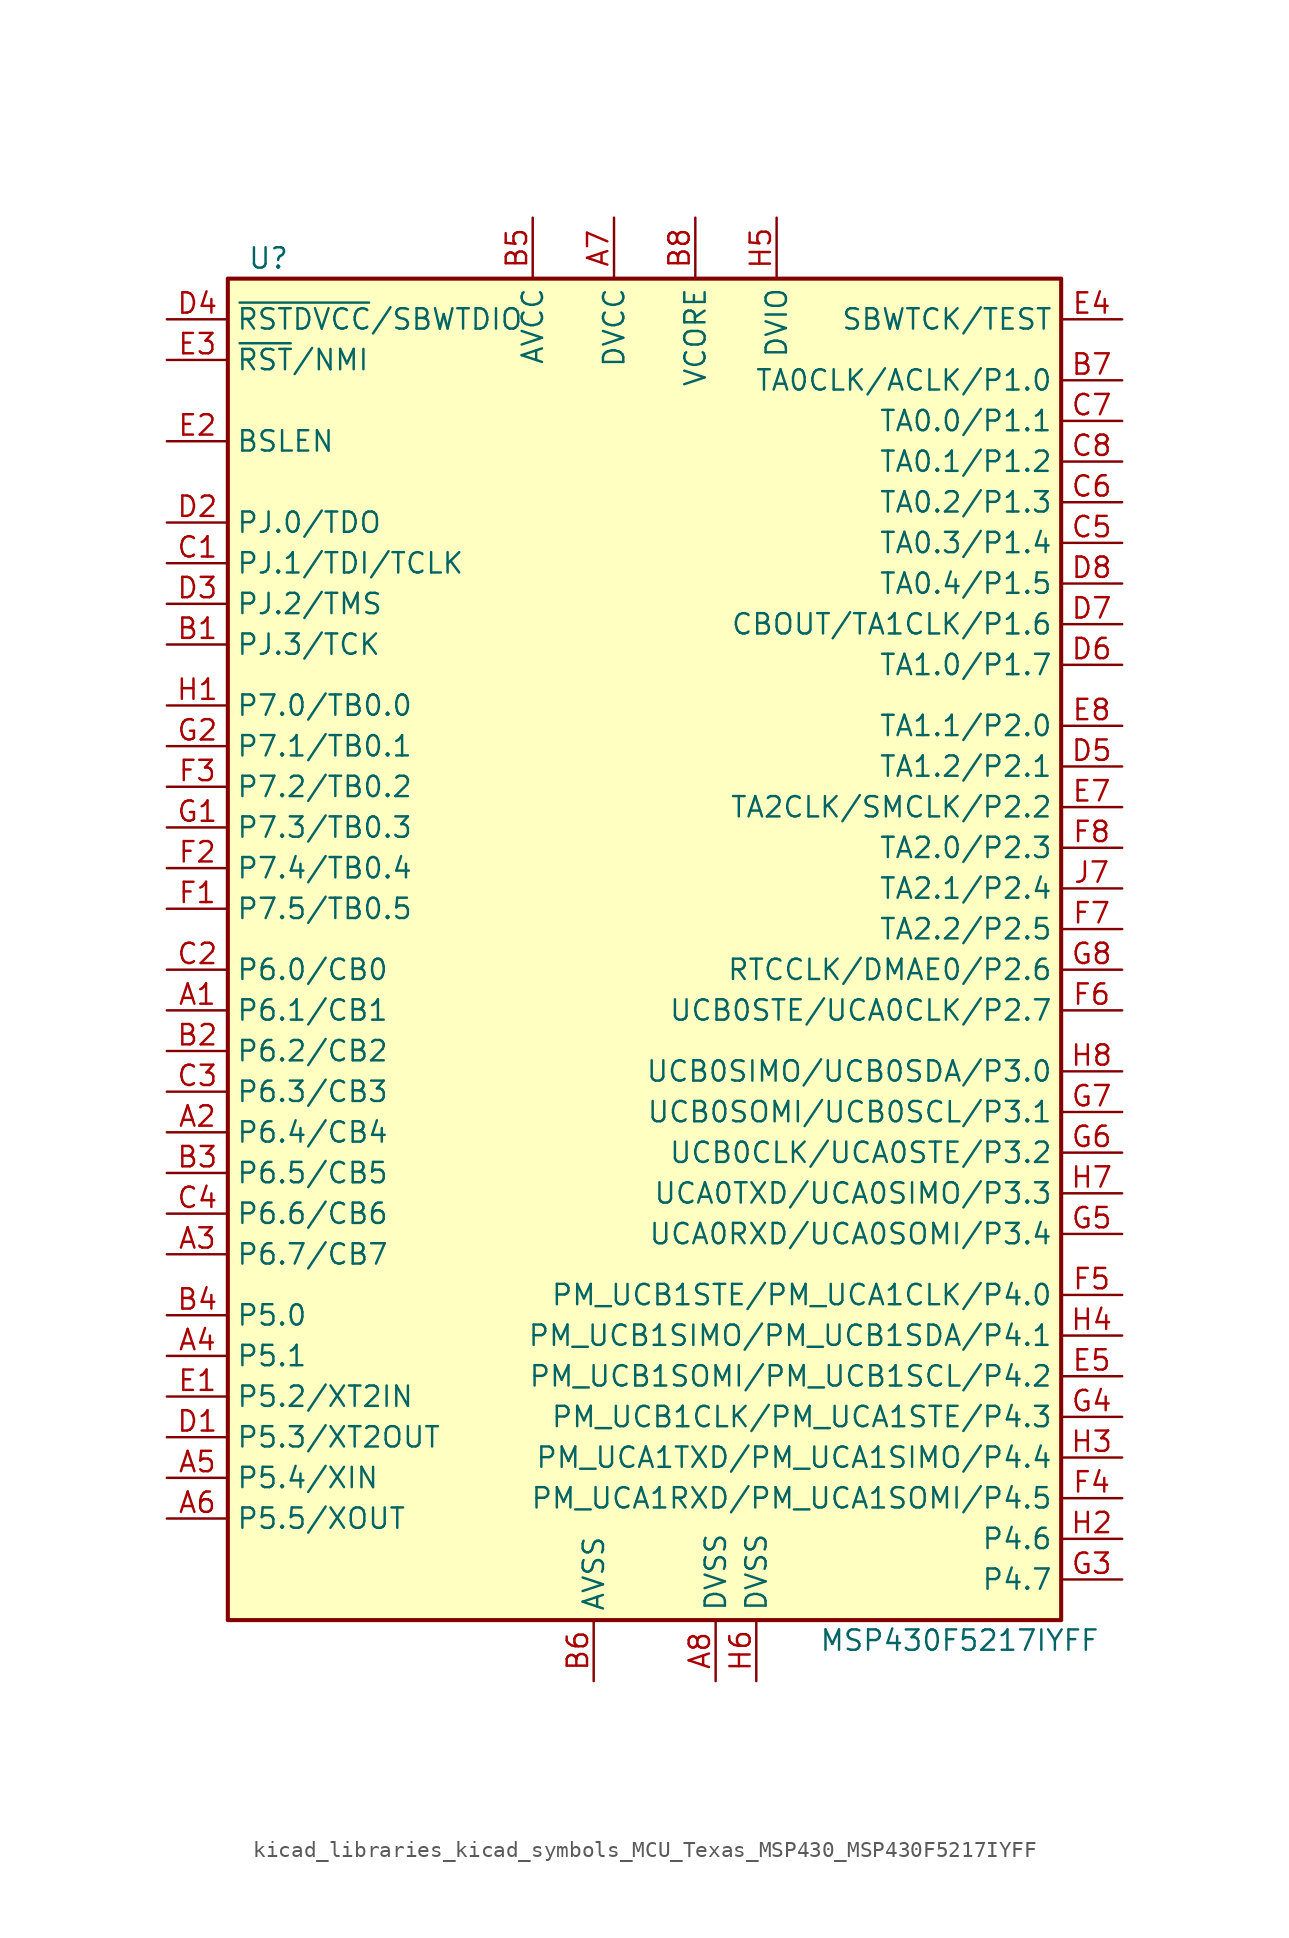
<source format=kicad_sym>
(kicad_symbol_lib
  (version 20220914)
  (generator kicad_symbol_editor)
  (symbol "kicad_libraries_kicad_symbols_MCU_Texas_MSP430_MSP430F5217IYFF"
    (property "Reference" "U"
      (at -24.13 43.18 0)
      (effects (font (size 1.27 1.27))))
    (property "Value" "MSP430F5217IYFF"
      (at 19.05 -43.18 0)
      (effects (font (size 1.27 1.27))))
    (symbol "kicad_libraries_kicad_symbols_MCU_Texas_MSP430_MSP430F5217IYFF_0_1"
      (rectangle (start -26.67 41.91) (end 25.4 -41.91) (stroke (width 0.254) (type default)) (fill (type background))))
    (symbol "kicad_libraries_kicad_symbols_MCU_Texas_MSP430_MSP430F5217IYFF_1_1"
      (pin bidirectional line (at -30.48 -3.81 0) (length 3.81) (name "P6.1/CB1" (effects (font (size 1.27 1.27)))) (number "A1" (effects (font (size 1.27 1.27)))))
      (pin bidirectional line (at -30.48 -11.43 0) (length 3.81) (name "P6.4/CB4" (effects (font (size 1.27 1.27)))) (number "A2" (effects (font (size 1.27 1.27)))))
      (pin bidirectional line (at -30.48 -19.05 0) (length 3.81) (name "P6.7/CB7" (effects (font (size 1.27 1.27)))) (number "A3" (effects (font (size 1.27 1.27)))))
      (pin bidirectional line (at -30.48 -25.4 0) (length 3.81) (name "P5.1" (effects (font (size 1.27 1.27)))) (number "A4" (effects (font (size 1.27 1.27)))))
      (pin bidirectional line (at -30.48 -33.02 0) (length 3.81) (name "P5.4/XIN" (effects (font (size 1.27 1.27)))) (number "A5" (effects (font (size 1.27 1.27)))))
      (pin bidirectional line (at -30.48 -35.56 0) (length 3.81) (name "P5.5/XOUT" (effects (font (size 1.27 1.27)))) (number "A6" (effects (font (size 1.27 1.27)))))
      (pin power_in line (at -2.54 45.72 270) (length 3.81) (name "DVCC" (effects (font (size 1.27 1.27)))) (number "A7" (effects (font (size 1.27 1.27)))))
      (pin power_in line (at 3.81 -45.72 90) (length 3.81) (name "DVSS" (effects (font (size 1.27 1.27)))) (number "A8" (effects (font (size 1.27 1.27)))))
      (pin bidirectional line (at -30.48 19.05 0) (length 3.81) (name "PJ.3/TCK" (effects (font (size 1.27 1.27)))) (number "B1" (effects (font (size 1.27 1.27)))))
      (pin bidirectional line (at -30.48 -6.35 0) (length 3.81) (name "P6.2/CB2" (effects (font (size 1.27 1.27)))) (number "B2" (effects (font (size 1.27 1.27)))))
      (pin bidirectional line (at -30.48 -13.97 0) (length 3.81) (name "P6.5/CB5" (effects (font (size 1.27 1.27)))) (number "B3" (effects (font (size 1.27 1.27)))))
      (pin bidirectional line (at -30.48 -22.86 0) (length 3.81) (name "P5.0" (effects (font (size 1.27 1.27)))) (number "B4" (effects (font (size 1.27 1.27)))))
      (pin power_in line (at -7.62 45.72 270) (length 3.81) (name "AVCC" (effects (font (size 1.27 1.27)))) (number "B5" (effects (font (size 1.27 1.27)))))
      (pin power_in line (at -3.81 -45.72 90) (length 3.81) (name "AVSS" (effects (font (size 1.27 1.27)))) (number "B6" (effects (font (size 1.27 1.27)))))
      (pin bidirectional line (at 29.21 35.56 180) (length 3.81) (name "TA0CLK/ACLK/P1.0" (effects (font (size 1.27 1.27)))) (number "B7" (effects (font (size 1.27 1.27)))))
      (pin power_in line (at 2.54 45.72 270) (length 3.81) (name "VCORE" (effects (font (size 1.27 1.27)))) (number "B8" (effects (font (size 1.27 1.27)))))
      (pin bidirectional line (at -30.48 24.13 0) (length 3.81) (name "PJ.1/TDI/TCLK" (effects (font (size 1.27 1.27)))) (number "C1" (effects (font (size 1.27 1.27)))))
      (pin bidirectional line (at -30.48 -1.27 0) (length 3.81) (name "P6.0/CB0" (effects (font (size 1.27 1.27)))) (number "C2" (effects (font (size 1.27 1.27)))))
      (pin bidirectional line (at -30.48 -8.89 0) (length 3.81) (name "P6.3/CB3" (effects (font (size 1.27 1.27)))) (number "C3" (effects (font (size 1.27 1.27)))))
      (pin bidirectional line (at -30.48 -16.51 0) (length 3.81) (name "P6.6/CB6" (effects (font (size 1.27 1.27)))) (number "C4" (effects (font (size 1.27 1.27)))))
      (pin bidirectional line (at 29.21 25.4 180) (length 3.81) (name "TA0.3/P1.4" (effects (font (size 1.27 1.27)))) (number "C5" (effects (font (size 1.27 1.27)))))
      (pin bidirectional line (at 29.21 27.94 180) (length 3.81) (name "TA0.2/P1.3" (effects (font (size 1.27 1.27)))) (number "C6" (effects (font (size 1.27 1.27)))))
      (pin bidirectional line (at 29.21 33.02 180) (length 3.81) (name "TA0.0/P1.1" (effects (font (size 1.27 1.27)))) (number "C7" (effects (font (size 1.27 1.27)))))
      (pin bidirectional line (at 29.21 30.48 180) (length 3.81) (name "TA0.1/P1.2" (effects (font (size 1.27 1.27)))) (number "C8" (effects (font (size 1.27 1.27)))))
      (pin bidirectional line (at -30.48 -30.48 0) (length 3.81) (name "P5.3/XT2OUT" (effects (font (size 1.27 1.27)))) (number "D1" (effects (font (size 1.27 1.27)))))
      (pin bidirectional line (at -30.48 26.67 0) (length 3.81) (name "PJ.0/TDO" (effects (font (size 1.27 1.27)))) (number "D2" (effects (font (size 1.27 1.27)))))
      (pin bidirectional line (at -30.48 21.59 0) (length 3.81) (name "PJ.2/TMS" (effects (font (size 1.27 1.27)))) (number "D3" (effects (font (size 1.27 1.27)))))
      (pin bidirectional line (at -30.48 39.37 0) (length 3.81) (name "~{RSTDVCC}/SBWTDIO" (effects (font (size 1.27 1.27)))) (number "D4" (effects (font (size 1.27 1.27)))))
      (pin bidirectional line (at 29.21 11.43 180) (length 3.81) (name "TA1.2/P2.1" (effects (font (size 1.27 1.27)))) (number "D5" (effects (font (size 1.27 1.27)))))
      (pin bidirectional line (at 29.21 17.78 180) (length 3.81) (name "TA1.0/P1.7" (effects (font (size 1.27 1.27)))) (number "D6" (effects (font (size 1.27 1.27)))))
      (pin bidirectional line (at 29.21 20.32 180) (length 3.81) (name "CBOUT/TA1CLK/P1.6" (effects (font (size 1.27 1.27)))) (number "D7" (effects (font (size 1.27 1.27)))))
      (pin bidirectional line (at 29.21 22.86 180) (length 3.81) (name "TA0.4/P1.5" (effects (font (size 1.27 1.27)))) (number "D8" (effects (font (size 1.27 1.27)))))
      (pin bidirectional line (at -30.48 -27.94 0) (length 3.81) (name "P5.2/XT2IN" (effects (font (size 1.27 1.27)))) (number "E1" (effects (font (size 1.27 1.27)))))
      (pin bidirectional line (at -30.48 31.75 0) (length 3.81) (name "BSLEN" (effects (font (size 1.27 1.27)))) (number "E2" (effects (font (size 1.27 1.27)))))
      (pin input line (at -30.48 36.83 0) (length 3.81) (name "~{RST}/NMI" (effects (font (size 1.27 1.27)))) (number "E3" (effects (font (size 1.27 1.27)))))
      (pin input line (at 29.21 39.37 180) (length 3.81) (name "SBWTCK/TEST" (effects (font (size 1.27 1.27)))) (number "E4" (effects (font (size 1.27 1.27)))))
      (pin bidirectional line (at 29.21 -26.67 180) (length 3.81) (name "PM_UCB1SOMI/PM_UCB1SCL/P4.2" (effects (font (size 1.27 1.27)))) (number "E5" (effects (font (size 1.27 1.27)))))
      (pin bidirectional line (at 29.21 8.89 180) (length 3.81) (name "TA2CLK/SMCLK/P2.2" (effects (font (size 1.27 1.27)))) (number "E7" (effects (font (size 1.27 1.27)))))
      (pin bidirectional line (at 29.21 13.97 180) (length 3.81) (name "TA1.1/P2.0" (effects (font (size 1.27 1.27)))) (number "E8" (effects (font (size 1.27 1.27)))))
      (pin bidirectional line (at -30.48 2.54 0) (length 3.81) (name "P7.5/TB0.5" (effects (font (size 1.27 1.27)))) (number "F1" (effects (font (size 1.27 1.27)))))
      (pin bidirectional line (at -30.48 5.08 0) (length 3.81) (name "P7.4/TB0.4" (effects (font (size 1.27 1.27)))) (number "F2" (effects (font (size 1.27 1.27)))))
      (pin bidirectional line (at -30.48 10.16 0) (length 3.81) (name "P7.2/TB0.2" (effects (font (size 1.27 1.27)))) (number "F3" (effects (font (size 1.27 1.27)))))
      (pin bidirectional line (at 29.21 -34.29 180) (length 3.81) (name "PM_UCA1RXD/PM_UCA1SOMI/P4.5" (effects (font (size 1.27 1.27)))) (number "F4" (effects (font (size 1.27 1.27)))))
      (pin bidirectional line (at 29.21 -21.59 180) (length 3.81) (name "PM_UCB1STE/PM_UCA1CLK/P4.0" (effects (font (size 1.27 1.27)))) (number "F5" (effects (font (size 1.27 1.27)))))
      (pin bidirectional line (at 29.21 -3.81 180) (length 3.81) (name "UCB0STE/UCA0CLK/P2.7" (effects (font (size 1.27 1.27)))) (number "F6" (effects (font (size 1.27 1.27)))))
      (pin bidirectional line (at 29.21 1.27 180) (length 3.81) (name "TA2.2/P2.5" (effects (font (size 1.27 1.27)))) (number "F7" (effects (font (size 1.27 1.27)))))
      (pin bidirectional line (at 29.21 6.35 180) (length 3.81) (name "TA2.0/P2.3" (effects (font (size 1.27 1.27)))) (number "F8" (effects (font (size 1.27 1.27)))))
      (pin bidirectional line (at -30.48 7.62 0) (length 3.81) (name "P7.3/TB0.3" (effects (font (size 1.27 1.27)))) (number "G1" (effects (font (size 1.27 1.27)))))
      (pin bidirectional line (at -30.48 12.7 0) (length 3.81) (name "P7.1/TB0.1" (effects (font (size 1.27 1.27)))) (number "G2" (effects (font (size 1.27 1.27)))))
      (pin bidirectional line (at 29.21 -39.37 180) (length 3.81) (name "P4.7" (effects (font (size 1.27 1.27)))) (number "G3" (effects (font (size 1.27 1.27)))))
      (pin bidirectional line (at 29.21 -29.21 180) (length 3.81) (name "PM_UCB1CLK/PM_UCA1STE/P4.3" (effects (font (size 1.27 1.27)))) (number "G4" (effects (font (size 1.27 1.27)))))
      (pin bidirectional line (at 29.21 -17.78 180) (length 3.81) (name "UCA0RXD/UCA0SOMI/P3.4" (effects (font (size 1.27 1.27)))) (number "G5" (effects (font (size 1.27 1.27)))))
      (pin bidirectional line (at 29.21 -12.7 180) (length 3.81) (name "UCB0CLK/UCA0STE/P3.2" (effects (font (size 1.27 1.27)))) (number "G6" (effects (font (size 1.27 1.27)))))
      (pin bidirectional line (at 29.21 -10.16 180) (length 3.81) (name "UCB0SOMI/UCB0SCL/P3.1" (effects (font (size 1.27 1.27)))) (number "G7" (effects (font (size 1.27 1.27)))))
      (pin bidirectional line (at 29.21 -1.27 180) (length 3.81) (name "RTCCLK/DMAE0/P2.6" (effects (font (size 1.27 1.27)))) (number "G8" (effects (font (size 1.27 1.27)))))
      (pin bidirectional line (at -30.48 15.24 0) (length 3.81) (name "P7.0/TB0.0" (effects (font (size 1.27 1.27)))) (number "H1" (effects (font (size 1.27 1.27)))))
      (pin bidirectional line (at 29.21 -36.83 180) (length 3.81) (name "P4.6" (effects (font (size 1.27 1.27)))) (number "H2" (effects (font (size 1.27 1.27)))))
      (pin bidirectional line (at 29.21 -31.75 180) (length 3.81) (name "PM_UCA1TXD/PM_UCA1SIMO/P4.4" (effects (font (size 1.27 1.27)))) (number "H3" (effects (font (size 1.27 1.27)))))
      (pin bidirectional line (at 29.21 -24.13 180) (length 3.81) (name "PM_UCB1SIMO/PM_UCB1SDA/P4.1" (effects (font (size 1.27 1.27)))) (number "H4" (effects (font (size 1.27 1.27)))))
      (pin power_in line (at 7.62 45.72 270) (length 3.81) (name "DVIO" (effects (font (size 1.27 1.27)))) (number "H5" (effects (font (size 1.27 1.27)))))
      (pin power_in line (at 6.35 -45.72 90) (length 3.81) (name "DVSS" (effects (font (size 1.27 1.27)))) (number "H6" (effects (font (size 1.27 1.27)))))
      (pin bidirectional line (at 29.21 -15.24 180) (length 3.81) (name "UCA0TXD/UCA0SIMO/P3.3" (effects (font (size 1.27 1.27)))) (number "H7" (effects (font (size 1.27 1.27)))))
      (pin bidirectional line (at 29.21 -7.62 180) (length 3.81) (name "UCB0SIMO/UCB0SDA/P3.0" (effects (font (size 1.27 1.27)))) (number "H8" (effects (font (size 1.27 1.27)))))
      (pin bidirectional line (at 29.21 3.81 180) (length 3.81) (name "TA2.1/P2.4" (effects (font (size 1.27 1.27)))) (number "J7" (effects (font (size 1.27 1.27))))))))
</source>
